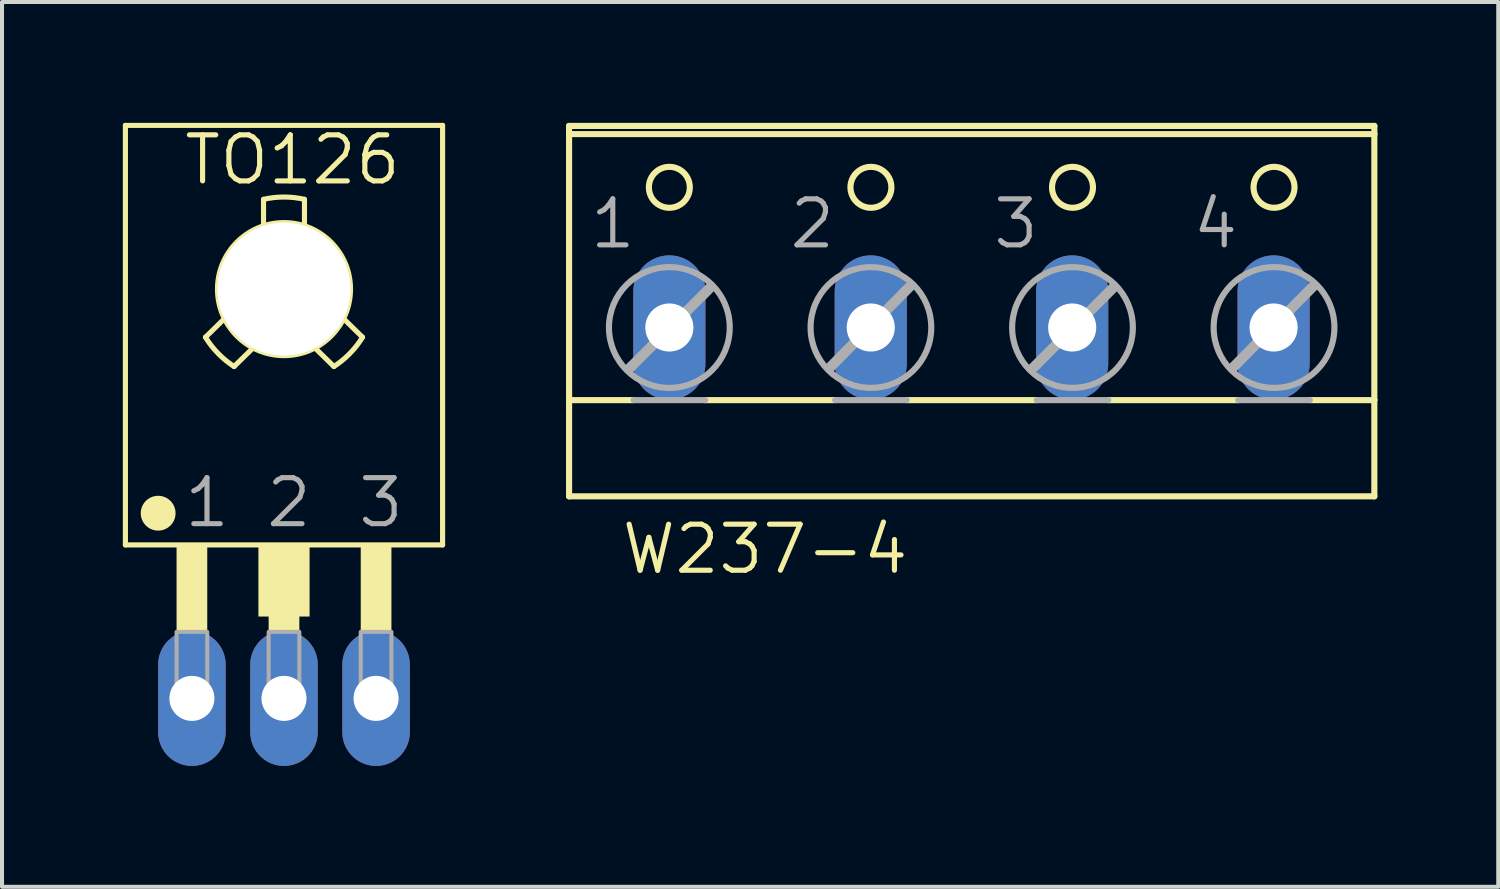
<source format=kicad_pcb>
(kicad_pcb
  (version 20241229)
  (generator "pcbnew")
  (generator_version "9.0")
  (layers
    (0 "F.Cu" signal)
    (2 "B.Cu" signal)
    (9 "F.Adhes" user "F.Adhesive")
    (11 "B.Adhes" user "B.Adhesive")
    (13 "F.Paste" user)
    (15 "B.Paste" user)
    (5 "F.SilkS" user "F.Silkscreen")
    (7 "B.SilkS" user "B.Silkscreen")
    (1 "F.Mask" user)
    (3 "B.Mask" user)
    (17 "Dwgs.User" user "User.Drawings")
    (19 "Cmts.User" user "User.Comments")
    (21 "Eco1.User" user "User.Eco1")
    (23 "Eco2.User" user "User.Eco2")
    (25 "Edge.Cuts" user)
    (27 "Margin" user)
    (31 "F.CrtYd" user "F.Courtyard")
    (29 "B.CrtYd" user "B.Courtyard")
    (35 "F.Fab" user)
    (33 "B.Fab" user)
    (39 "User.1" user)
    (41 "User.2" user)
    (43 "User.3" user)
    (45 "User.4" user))
  (footprint "TO126"
    (layer "F.Cu")
    (at 4 9.207)
    (property "Reference" "TO126" (at -2.54 -7.62 0) (layer "F.SilkS") (effects (font (size 1.143 1.143) (thickness 0.127)) (justify left bottom)))
    (fp_line (start -3.937 -9.144) (end 3.937 -9.144) (stroke (width 0.127) (type solid)) (layer "F.SilkS"))
    (fp_line (start -3.937 1.27) (end -3.937 -9.144) (stroke (width 0.127) (type solid)) (layer "F.SilkS"))
    (fp_line (start -3.937 1.27) (end 3.937 1.27) (stroke (width 0.127) (type solid)) (layer "F.SilkS"))
    (fp_line (start -1.479 -4.346) (end -1.949 -3.886) (stroke (width 0.127) (type solid)) (layer "F.SilkS"))
    (fp_line (start -0.769 -3.619) (end -1.239 -3.159) (stroke (width 0.127) (type solid)) (layer "F.SilkS"))
    (fp_line (start -0.508 -6.651) (end -0.508 -7.309) (stroke (width 0.127) (type solid)) (layer "F.SilkS"))
    (fp_line (start 0.508 -6.651) (end 0.508 -7.309) (stroke (width 0.127) (type solid)) (layer "F.SilkS"))
    (fp_line (start 0.769 -3.619) (end 1.239 -3.159) (stroke (width 0.127) (type solid)) (layer "F.SilkS"))
    (fp_line (start 1.479 -4.346) (end 1.949 -3.886) (stroke (width 0.127) (type solid)) (layer "F.SilkS"))
    (fp_line (start 3.937 -9.144) (end 3.937 1.27) (stroke (width 0.127) (type solid)) (layer "F.SilkS"))
    (fp_arc (start -1.2393 -3.1591) (mid -1.635181 -3.482509) (end -1.9493 -3.8858) (stroke (width 0.127) (type solid)) (layer "F.SilkS"))
    (fp_arc (start -0.508 -7.3088) (mid 0 -7.36596) (end 0.508 -7.3088) (stroke (width 0.127) (type solid)) (layer "F.SilkS"))
    (fp_arc (start 1.9493 -3.8858) (mid 1.635181 -3.482509) (end 1.2393 -3.1591) (stroke (width 0.127) (type solid)) (layer "F.SilkS"))
    (fp_circle (center -3.124 0.483) (end -2.908 0.483) (stroke (width 0.432) (type solid)) (fill yes) (layer "F.SilkS"))
    (fp_circle (center 0 -5.08) (end 1.651 -5.08) (stroke (width 0.127) (type solid)) (fill no) (layer "F.SilkS"))
    (fp_poly (pts (xy -2.667 3.429) (xy -1.905 3.429) (xy -1.905 1.27) (xy -2.667 1.27)) (stroke (width 0) (type default)) (fill yes) (layer "F.SilkS"))
    (fp_poly (pts (xy -0.635 3.048) (xy 0.635 3.048) (xy 0.635 1.27) (xy -0.635 1.27)) (stroke (width 0) (type default)) (fill yes) (layer "F.SilkS"))
    (fp_poly (pts (xy -0.381 3.429) (xy 0.381 3.429) (xy 0.381 1.27) (xy -0.381 1.27)) (stroke (width 0) (type default)) (fill yes) (layer "F.SilkS"))
    (fp_poly (pts (xy 1.905 3.429) (xy 2.667 3.429) (xy 2.667 1.27) (xy 1.905 1.27)) (stroke (width 0) (type default)) (fill yes) (layer "F.SilkS"))
    (fp_poly (pts (xy -2.667 5.207) (xy -1.905 5.207) (xy -1.905 3.429) (xy -2.667 3.429)) (stroke (width 0.1) (type default)) (fill no) (layer "F.Fab"))
    (fp_poly (pts (xy -0.381 5.207) (xy 0.381 5.207) (xy 0.381 3.429) (xy -0.381 3.429)) (stroke (width 0.1) (type default)) (fill no) (layer "F.Fab"))
    (fp_poly (pts (xy 1.905 5.207) (xy 2.667 5.207) (xy 2.667 3.429) (xy 1.905 3.429)) (stroke (width 0.1) (type default)) (fill no) (layer "F.Fab"))
    (fp_text user "1" (at -2.54 0.889 0) (layer "F.Fab") (effects (font (size 1.143 1.143) (thickness 0.127)) (justify left bottom)))
    (fp_text user "3" (at 1.778 0.889 0) (layer "F.Fab") (effects (font (size 1.143 1.143) (thickness 0.127)) (justify left bottom)))
    (fp_text user "2" (at -0.508 0.889 0) (layer "F.Fab") (effects (font (size 1.143 1.143) (thickness 0.127)) (justify left bottom)))
    (pad "" np_thru_hole circle (at 0 -5.08) (size 3.302 3.302) (drill 3.302) (layers "*.Cu" "*.Mask"))
    (pad "1" thru_hole oval (at -2.286 5.08 90) (size 3.353 1.676) (drill 1.118) (layers "*.Cu" "*.Mask"))
    (pad "2" thru_hole oval (at 0 5.08 90) (size 3.353 1.676) (drill 1.118) (layers "*.Cu" "*.Mask"))
    (pad "3" thru_hole oval (at 2.286 5.08 90) (size 3.353 1.676) (drill 1.118) (layers "*.Cu" "*.Mask"))
    (zone (net_name "") (layers "F.Cu" "B.Cu") (hatch edge 0.5) (connect_pads) (min_thickness 0.25) (filled_areas_thickness no) (keepout (tracks allowed) (vias not_allowed) (pads allowed) (copperpour allowed) (footprints allowed)) (placement (enabled no)) (fill) (polygon (pts (xy 7.811 4.128) (xy 7.79 3.736) (xy 7.73 3.348) (xy 7.63 2.969) (xy 7.492 2.602) (xy 7.316 2.251) (xy 7.106 1.92) (xy 6.862 1.612) (xy 6.589 1.331) (xy 6.287 1.08) (xy 5.962 0.861) (xy 5.616 0.677) (xy 5.252 0.529) (xy 4.876 0.419) (xy 4.49 0.349) (xy 4.099 0.319) (xy 3.706 0.329) (xy 3.317 0.379) (xy 2.936 0.469) (xy 2.565 0.598) (xy 2.21 0.764) (xy 1.874 0.966) (xy 1.56 1.202) (xy 1.272 1.468) (xy 1.013 1.763) (xy 0.786 2.083) (xy 0.593 2.424) (xy 0.435 2.784) (xy 0.316 3.157) (xy 0.236 3.541) (xy 0.196 3.931) (xy 0.196 4.324) (xy 0.236 4.714) (xy 0.316 5.098) (xy 0.435 5.471) (xy 0.593 5.831) (xy 0.786 6.172) (xy 1.013 6.492) (xy 1.272 6.787) (xy 1.56 7.053) (xy 1.874 7.289) (xy 2.21 7.491) (xy 2.565 7.657) (xy 2.936 7.786) (xy 3.317 7.876) (xy 3.706 7.926) (xy 4.099 7.936) (xy 4.49 7.906) (xy 4.876 7.836) (xy 5.252 7.726) (xy 5.616 7.578) (xy 5.962 7.394) (xy 6.287 7.175) (xy 6.589 6.924) (xy 6.862 6.643) (xy 7.106 6.335) (xy 7.316 6.004) (xy 7.492 5.653) (xy 7.63 5.286) (xy 7.73 4.907) (xy 7.79 4.519))))
    (zone (net_name "") (layer "B.Cu") (hatch edge 0.5) (connect_pads) (min_thickness 0.25) (filled_areas_thickness no) (keepout (tracks not_allowed) (vias not_allowed) (pads not_allowed) (copperpour not_allowed) (footprints allowed)) (placement (enabled no)) (fill) (polygon (pts (xy 7.811 4.128) (xy 7.79 3.736) (xy 7.73 3.348) (xy 7.63 2.969) (xy 7.492 2.602) (xy 7.316 2.251) (xy 7.106 1.92) (xy 6.862 1.612) (xy 6.589 1.331) (xy 6.287 1.08) (xy 5.962 0.861) (xy 5.616 0.677) (xy 5.252 0.529) (xy 4.876 0.419) (xy 4.49 0.349) (xy 4.099 0.319) (xy 3.706 0.329) (xy 3.317 0.379) (xy 2.936 0.469) (xy 2.565 0.598) (xy 2.21 0.764) (xy 1.874 0.966) (xy 1.56 1.202) (xy 1.272 1.468) (xy 1.013 1.763) (xy 0.786 2.083) (xy 0.593 2.424) (xy 0.435 2.784) (xy 0.316 3.157) (xy 0.236 3.541) (xy 0.196 3.931) (xy 0.196 4.324) (xy 0.236 4.714) (xy 0.316 5.098) (xy 0.435 5.471) (xy 0.593 5.831) (xy 0.786 6.172) (xy 1.013 6.492) (xy 1.272 6.787) (xy 1.56 7.053) (xy 1.874 7.289) (xy 2.21 7.491) (xy 2.565 7.657) (xy 2.936 7.786) (xy 3.317 7.876) (xy 3.706 7.926) (xy 4.099 7.936) (xy 4.49 7.906) (xy 4.876 7.836) (xy 5.252 7.726) (xy 5.616 7.578) (xy 5.962 7.394) (xy 6.287 7.175) (xy 6.589 6.924) (xy 6.862 6.643) (xy 7.106 6.335) (xy 7.316 6.004) (xy 7.492 5.653) (xy 7.63 5.286) (xy 7.73 4.907) (xy 7.79 4.519)))))
  (footprint "W237-4"
    (layer "F.Cu")
    (at 21.066 3.81)
    (property "Reference" "W237-4" (at -8.745 7.442 0) (layer "F.SilkS") (effects (font (size 1.143 1.143) (thickness 0.127)) (justify left bottom)))
    (fp_line (start -9.989 -3.531) (end -9.989 -3.734) (stroke (width 0.152) (type solid)) (layer "F.SilkS"))
    (fp_line (start -9.989 -3.531) (end 10.001 -3.531) (stroke (width 0.152) (type solid)) (layer "F.SilkS"))
    (fp_line (start -9.989 3.073) (end -9.989 -3.531) (stroke (width 0.152) (type solid)) (layer "F.SilkS"))
    (fp_line (start -9.989 3.073) (end -8.389 3.073) (stroke (width 0.152) (type solid)) (layer "F.SilkS"))
    (fp_line (start -9.989 5.461) (end -9.989 3.073) (stroke (width 0.152) (type solid)) (layer "F.SilkS"))
    (fp_line (start -9.989 5.461) (end 10.001 5.461) (stroke (width 0.152) (type solid)) (layer "F.SilkS"))
    (fp_line (start -6.611 3.073) (end -3.385 3.073) (stroke (width 0.152) (type solid)) (layer "F.SilkS"))
    (fp_line (start -1.607 3.073) (end 1.619 3.073) (stroke (width 0.152) (type solid)) (layer "F.SilkS"))
    (fp_line (start 3.397 3.073) (end 6.622 3.073) (stroke (width 0.152) (type solid)) (layer "F.SilkS"))
    (fp_line (start 8.4 3.073) (end 10.001 3.073) (stroke (width 0.152) (type solid)) (layer "F.SilkS"))
    (fp_line (start 10.001 -3.734) (end -9.989 -3.734) (stroke (width 0.152) (type solid)) (layer "F.SilkS"))
    (fp_line (start 10.001 -3.734) (end 10.001 -3.531) (stroke (width 0.152) (type solid)) (layer "F.SilkS"))
    (fp_line (start 10.001 -3.531) (end 10.001 3.073) (stroke (width 0.152) (type solid)) (layer "F.SilkS"))
    (fp_line (start 10.001 3.073) (end 10.001 5.461) (stroke (width 0.152) (type solid)) (layer "F.SilkS"))
    (fp_circle (center -7.5 -2.21) (end -6.992 -2.21) (stroke (width 0.152) (type solid)) (fill no) (layer "F.SilkS"))
    (fp_circle (center -2.496 -2.21) (end -1.988 -2.21) (stroke (width 0.152) (type solid)) (fill no) (layer "F.SilkS"))
    (fp_circle (center 2.508 -2.21) (end 3.016 -2.21) (stroke (width 0.152) (type solid)) (fill no) (layer "F.SilkS"))
    (fp_circle (center 7.511 -2.21) (end 8.019 -2.21) (stroke (width 0.152) (type solid)) (fill no) (layer "F.SilkS"))
    (fp_line (start -8.491 2.286) (end -6.484 0.279) (stroke (width 0.254) (type solid)) (layer "F.Fab"))
    (fp_line (start -8.389 3.073) (end -6.611 3.073) (stroke (width 0.152) (type solid)) (layer "F.Fab"))
    (fp_line (start -3.512 2.261) (end -1.531 0.254) (stroke (width 0.254) (type solid)) (layer "F.Fab"))
    (fp_line (start -3.385 3.073) (end -1.607 3.073) (stroke (width 0.152) (type solid)) (layer "F.Fab"))
    (fp_line (start 1.517 2.286) (end 3.524 0.279) (stroke (width 0.254) (type solid)) (layer "F.Fab"))
    (fp_line (start 1.619 3.073) (end 3.397 3.073) (stroke (width 0.152) (type solid)) (layer "F.Fab"))
    (fp_line (start 6.495 2.261) (end 8.477 0.254) (stroke (width 0.254) (type solid)) (layer "F.Fab"))
    (fp_line (start 6.622 3.073) (end 8.4 3.073) (stroke (width 0.152) (type solid)) (layer "F.Fab"))
    (fp_circle (center -7.5 1.27) (end -6.001 1.27) (stroke (width 0.152) (type solid)) (fill no) (layer "F.Fab"))
    (fp_circle (center -2.496 1.27) (end -0.998 1.27) (stroke (width 0.152) (type solid)) (fill no) (layer "F.Fab"))
    (fp_circle (center 2.508 1.27) (end 4.006 1.27) (stroke (width 0.152) (type solid)) (fill no) (layer "F.Fab"))
    (fp_circle (center 7.511 1.27) (end 9.01 1.27) (stroke (width 0.152) (type solid)) (fill no) (layer "F.Fab"))
    (fp_text user "1" (at -9.532 -0.635 0) (layer "F.Fab") (effects (font (size 1.143 1.143) (thickness 0.127)) (justify left bottom)))
    (fp_text user "2" (at -4.579 -0.635 0) (layer "F.Fab") (effects (font (size 1.143 1.143) (thickness 0.127)) (justify left bottom)))
    (fp_text user "4" (at 5.429 -0.635 0) (layer "F.Fab") (effects (font (size 1.143 1.143) (thickness 0.127)) (justify left bottom)))
    (fp_text user "3" (at 0.476 -0.635 0) (layer "F.Fab") (effects (font (size 1.143 1.143) (thickness 0.127)) (justify left bottom)))
    (pad "1" thru_hole oval (at -7.5 1.27 90) (size 3.581 1.791) (drill 1.194) (layers "*.Cu" "*.Mask"))
    (pad "2" thru_hole oval (at -2.5 1.27 90) (size 3.581 1.791) (drill 1.194) (layers "*.Cu" "*.Mask"))
    (pad "3" thru_hole oval (at 2.5 1.27 90) (size 3.581 1.791) (drill 1.194) (layers "*.Cu" "*.Mask"))
    (pad "4" thru_hole oval (at 7.5 1.27 90) (size 3.581 1.791) (drill 1.194) (layers "*.Cu" "*.Mask")))
  (gr_rect
    (start -3 -3)
    (end 34.143 18.964)
    (stroke (width 0.1) (type default))
    (fill no)
    (layer "Edge.Cuts")))
</source>
